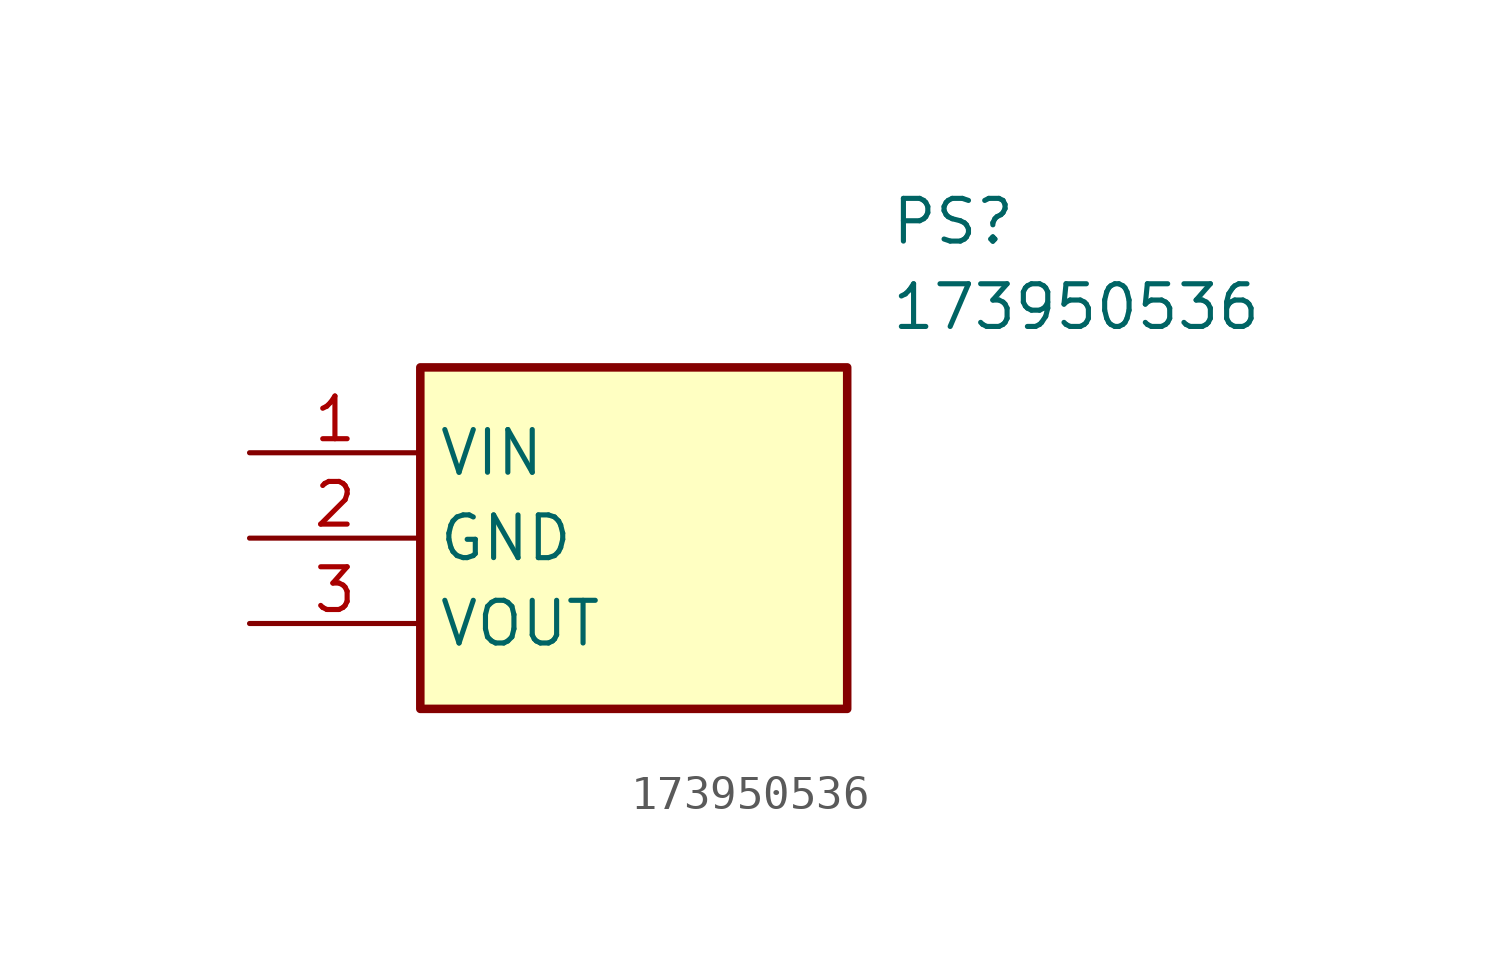
<source format=kicad_sym>
(kicad_symbol_lib
  (version 20211014)
  (generator SamacSys_ECAD_Model)
  (symbol "173950536"
    (property "Reference" "PS"
      (at 19.05 7.62 0)
      (effects (font (size 1.27 1.27)) (justify left top)))
    (property "Value" "173950536"
      (at 19.05 5.08 0)
      (effects (font (size 1.27 1.27)) (justify left top)))
    (rectangle
      (start 5.08 2.54)
      (end 17.78 -7.62)
      (stroke (width 0.254) (type default))
      (fill (type background)))
    (pin passive line
      (at 0 0 0)
      (length 5.08)
      (name "VIN" (effects (font (size 1.27 1.27))))
      (number "1" (effects (font (size 1.27 1.27)))))
    (pin passive line
      (at 0 -2.54 0)
      (length 5.08)
      (name "GND" (effects (font (size 1.27 1.27))))
      (number "2" (effects (font (size 1.27 1.27)))))
    (pin passive line
      (at 0 -5.08 0)
      (length 5.08)
      (name "VOUT" (effects (font (size 1.27 1.27))))
      (number "3" (effects (font (size 1.27 1.27)))))))
</source>
